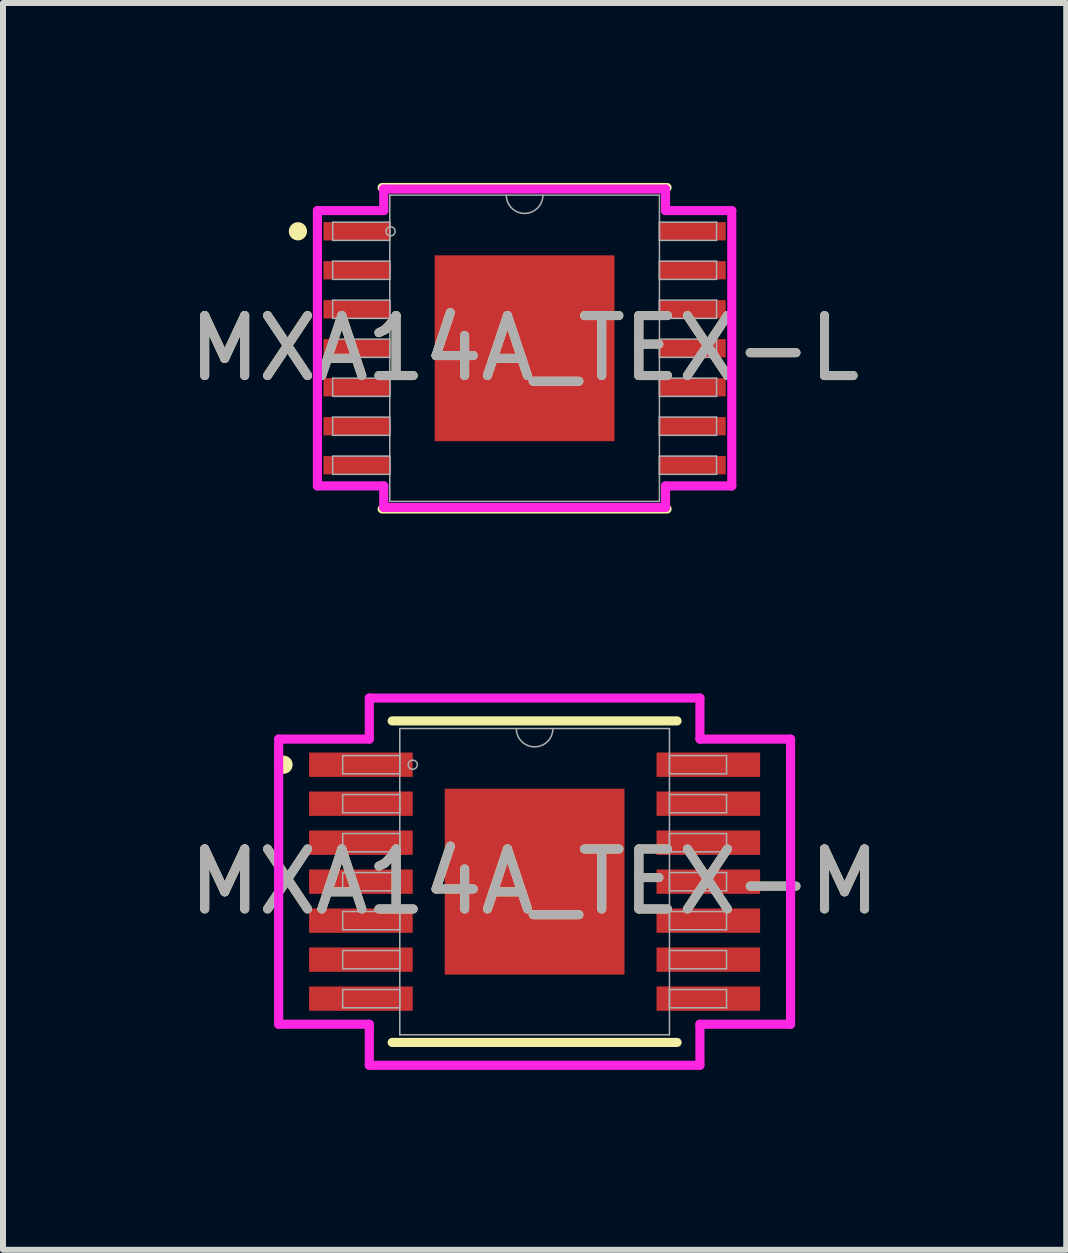
<source format=kicad_pcb>
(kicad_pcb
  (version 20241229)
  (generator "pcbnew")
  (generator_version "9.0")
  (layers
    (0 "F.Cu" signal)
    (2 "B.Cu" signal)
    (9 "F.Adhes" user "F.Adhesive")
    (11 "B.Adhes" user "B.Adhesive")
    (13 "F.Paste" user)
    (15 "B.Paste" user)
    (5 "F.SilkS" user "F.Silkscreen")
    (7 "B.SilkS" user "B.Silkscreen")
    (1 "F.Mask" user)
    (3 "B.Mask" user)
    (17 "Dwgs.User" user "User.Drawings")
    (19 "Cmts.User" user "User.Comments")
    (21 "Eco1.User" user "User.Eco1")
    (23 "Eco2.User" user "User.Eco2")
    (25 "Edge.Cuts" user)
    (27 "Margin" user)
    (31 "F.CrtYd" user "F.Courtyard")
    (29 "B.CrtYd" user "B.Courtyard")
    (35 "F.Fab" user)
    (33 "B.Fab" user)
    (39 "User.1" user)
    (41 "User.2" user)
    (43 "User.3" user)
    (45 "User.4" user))
  (footprint "MXA14A_TEX-L"
    (layer "F.Cu")
    (at 5.696 2.756)
    (property "Reference" "MXA14A_TEX-L" (at 0 0 0) (unlocked yes) (layer "F.SilkS") (effects (font (size 1 1) (thickness 0.15))))
    (attr smd)
    (fp_line (start -2.375 2.68) (end 2.375 2.68) (stroke (width 0.152) (type solid)) (layer "F.SilkS"))
    (fp_line (start 2.375 -2.68) (end -2.375 -2.68) (stroke (width 0.152) (type solid)) (layer "F.SilkS"))
    (fp_circle (center -3.779 -1.95) (end -3.703 -1.95) (stroke (width 0.152) (type solid)) (fill no) (layer "F.SilkS"))
    (fp_line (start -3.454 -2.295) (end -2.349 -2.295) (stroke (width 0.152) (type solid)) (layer "F.CrtYd"))
    (fp_line (start -3.454 2.295) (end -3.454 -2.295) (stroke (width 0.152) (type solid)) (layer "F.CrtYd"))
    (fp_line (start -3.454 2.295) (end -2.349 2.295) (stroke (width 0.152) (type solid)) (layer "F.CrtYd"))
    (fp_line (start -2.349 -2.654) (end 2.349 -2.654) (stroke (width 0.152) (type solid)) (layer "F.CrtYd"))
    (fp_line (start -2.349 -2.295) (end -2.349 -2.654) (stroke (width 0.152) (type solid)) (layer "F.CrtYd"))
    (fp_line (start -2.349 2.654) (end -2.349 2.295) (stroke (width 0.152) (type solid)) (layer "F.CrtYd"))
    (fp_line (start 2.349 -2.654) (end 2.349 -2.295) (stroke (width 0.152) (type solid)) (layer "F.CrtYd"))
    (fp_line (start 2.349 2.295) (end 2.349 2.654) (stroke (width 0.152) (type solid)) (layer "F.CrtYd"))
    (fp_line (start 2.349 2.654) (end -2.349 2.654) (stroke (width 0.152) (type solid)) (layer "F.CrtYd"))
    (fp_line (start 3.454 -2.295) (end 2.349 -2.295) (stroke (width 0.152) (type solid)) (layer "F.CrtYd"))
    (fp_line (start 3.454 -2.295) (end 3.454 2.295) (stroke (width 0.152) (type solid)) (layer "F.CrtYd"))
    (fp_line (start 3.454 2.295) (end 2.349 2.295) (stroke (width 0.152) (type solid)) (layer "F.CrtYd"))
    (fp_line (start -3.2 -2.102) (end -3.2 -1.798) (stroke (width 0.025) (type solid)) (layer "F.Fab"))
    (fp_line (start -3.2 -1.798) (end -2.248 -1.798) (stroke (width 0.025) (type solid)) (layer "F.Fab"))
    (fp_line (start -3.2 -1.452) (end -3.2 -1.148) (stroke (width 0.025) (type solid)) (layer "F.Fab"))
    (fp_line (start -3.2 -1.148) (end -2.248 -1.148) (stroke (width 0.025) (type solid)) (layer "F.Fab"))
    (fp_line (start -3.2 -0.802) (end -3.2 -0.498) (stroke (width 0.025) (type solid)) (layer "F.Fab"))
    (fp_line (start -3.2 -0.498) (end -2.248 -0.498) (stroke (width 0.025) (type solid)) (layer "F.Fab"))
    (fp_line (start -3.2 -0.152) (end -3.2 0.152) (stroke (width 0.025) (type solid)) (layer "F.Fab"))
    (fp_line (start -3.2 0.152) (end -2.248 0.152) (stroke (width 0.025) (type solid)) (layer "F.Fab"))
    (fp_line (start -3.2 0.498) (end -3.2 0.802) (stroke (width 0.025) (type solid)) (layer "F.Fab"))
    (fp_line (start -3.2 0.802) (end -2.248 0.802) (stroke (width 0.025) (type solid)) (layer "F.Fab"))
    (fp_line (start -3.2 1.148) (end -3.2 1.452) (stroke (width 0.025) (type solid)) (layer "F.Fab"))
    (fp_line (start -3.2 1.452) (end -2.248 1.452) (stroke (width 0.025) (type solid)) (layer "F.Fab"))
    (fp_line (start -3.2 1.798) (end -3.2 2.102) (stroke (width 0.025) (type solid)) (layer "F.Fab"))
    (fp_line (start -3.2 2.102) (end -2.248 2.102) (stroke (width 0.025) (type solid)) (layer "F.Fab"))
    (fp_line (start -2.248 -2.553) (end -2.248 2.553) (stroke (width 0.025) (type solid)) (layer "F.Fab"))
    (fp_line (start -2.248 -2.102) (end -3.2 -2.102) (stroke (width 0.025) (type solid)) (layer "F.Fab"))
    (fp_line (start -2.248 -1.798) (end -2.248 -2.102) (stroke (width 0.025) (type solid)) (layer "F.Fab"))
    (fp_line (start -2.248 -1.452) (end -3.2 -1.452) (stroke (width 0.025) (type solid)) (layer "F.Fab"))
    (fp_line (start -2.248 -1.148) (end -2.248 -1.452) (stroke (width 0.025) (type solid)) (layer "F.Fab"))
    (fp_line (start -2.248 -0.802) (end -3.2 -0.802) (stroke (width 0.025) (type solid)) (layer "F.Fab"))
    (fp_line (start -2.248 -0.498) (end -2.248 -0.802) (stroke (width 0.025) (type solid)) (layer "F.Fab"))
    (fp_line (start -2.248 -0.152) (end -3.2 -0.152) (stroke (width 0.025) (type solid)) (layer "F.Fab"))
    (fp_line (start -2.248 0.152) (end -2.248 -0.152) (stroke (width 0.025) (type solid)) (layer "F.Fab"))
    (fp_line (start -2.248 0.498) (end -3.2 0.498) (stroke (width 0.025) (type solid)) (layer "F.Fab"))
    (fp_line (start -2.248 0.802) (end -2.248 0.498) (stroke (width 0.025) (type solid)) (layer "F.Fab"))
    (fp_line (start -2.248 1.148) (end -3.2 1.148) (stroke (width 0.025) (type solid)) (layer "F.Fab"))
    (fp_line (start -2.248 1.452) (end -2.248 1.148) (stroke (width 0.025) (type solid)) (layer "F.Fab"))
    (fp_line (start -2.248 1.798) (end -3.2 1.798) (stroke (width 0.025) (type solid)) (layer "F.Fab"))
    (fp_line (start -2.248 2.102) (end -2.248 1.798) (stroke (width 0.025) (type solid)) (layer "F.Fab"))
    (fp_line (start -2.248 2.553) (end 2.248 2.553) (stroke (width 0.025) (type solid)) (layer "F.Fab"))
    (fp_line (start 2.248 -2.553) (end -2.248 -2.553) (stroke (width 0.025) (type solid)) (layer "F.Fab"))
    (fp_line (start 2.248 -2.102) (end 2.248 -1.798) (stroke (width 0.025) (type solid)) (layer "F.Fab"))
    (fp_line (start 2.248 -1.798) (end 3.2 -1.798) (stroke (width 0.025) (type solid)) (layer "F.Fab"))
    (fp_line (start 2.248 -1.452) (end 2.248 -1.148) (stroke (width 0.025) (type solid)) (layer "F.Fab"))
    (fp_line (start 2.248 -1.148) (end 3.2 -1.148) (stroke (width 0.025) (type solid)) (layer "F.Fab"))
    (fp_line (start 2.248 -0.802) (end 2.248 -0.498) (stroke (width 0.025) (type solid)) (layer "F.Fab"))
    (fp_line (start 2.248 -0.498) (end 3.2 -0.498) (stroke (width 0.025) (type solid)) (layer "F.Fab"))
    (fp_line (start 2.248 -0.152) (end 2.248 0.152) (stroke (width 0.025) (type solid)) (layer "F.Fab"))
    (fp_line (start 2.248 0.152) (end 3.2 0.152) (stroke (width 0.025) (type solid)) (layer "F.Fab"))
    (fp_line (start 2.248 0.498) (end 2.248 0.802) (stroke (width 0.025) (type solid)) (layer "F.Fab"))
    (fp_line (start 2.248 0.802) (end 3.2 0.802) (stroke (width 0.025) (type solid)) (layer "F.Fab"))
    (fp_line (start 2.248 1.148) (end 2.248 1.452) (stroke (width 0.025) (type solid)) (layer "F.Fab"))
    (fp_line (start 2.248 1.452) (end 3.2 1.452) (stroke (width 0.025) (type solid)) (layer "F.Fab"))
    (fp_line (start 2.248 1.798) (end 2.248 2.102) (stroke (width 0.025) (type solid)) (layer "F.Fab"))
    (fp_line (start 2.248 2.102) (end 3.2 2.102) (stroke (width 0.025) (type solid)) (layer "F.Fab"))
    (fp_line (start 2.248 2.553) (end 2.248 -2.553) (stroke (width 0.025) (type solid)) (layer "F.Fab"))
    (fp_line (start 3.2 -2.102) (end 2.248 -2.102) (stroke (width 0.025) (type solid)) (layer "F.Fab"))
    (fp_line (start 3.2 -1.798) (end 3.2 -2.102) (stroke (width 0.025) (type solid)) (layer "F.Fab"))
    (fp_line (start 3.2 -1.452) (end 2.248 -1.452) (stroke (width 0.025) (type solid)) (layer "F.Fab"))
    (fp_line (start 3.2 -1.148) (end 3.2 -1.452) (stroke (width 0.025) (type solid)) (layer "F.Fab"))
    (fp_line (start 3.2 -0.802) (end 2.248 -0.802) (stroke (width 0.025) (type solid)) (layer "F.Fab"))
    (fp_line (start 3.2 -0.498) (end 3.2 -0.802) (stroke (width 0.025) (type solid)) (layer "F.Fab"))
    (fp_line (start 3.2 -0.152) (end 2.248 -0.152) (stroke (width 0.025) (type solid)) (layer "F.Fab"))
    (fp_line (start 3.2 0.152) (end 3.2 -0.152) (stroke (width 0.025) (type solid)) (layer "F.Fab"))
    (fp_line (start 3.2 0.498) (end 2.248 0.498) (stroke (width 0.025) (type solid)) (layer "F.Fab"))
    (fp_line (start 3.2 0.802) (end 3.2 0.498) (stroke (width 0.025) (type solid)) (layer "F.Fab"))
    (fp_line (start 3.2 1.148) (end 2.248 1.148) (stroke (width 0.025) (type solid)) (layer "F.Fab"))
    (fp_line (start 3.2 1.452) (end 3.2 1.148) (stroke (width 0.025) (type solid)) (layer "F.Fab"))
    (fp_line (start 3.2 1.798) (end 2.248 1.798) (stroke (width 0.025) (type solid)) (layer "F.Fab"))
    (fp_line (start 3.2 2.102) (end 3.2 1.798) (stroke (width 0.025) (type solid)) (layer "F.Fab"))
    (fp_arc (start 0.3048 -2.5527) (mid 0 -2.2479) (end -0.3048 -2.5527) (stroke (width 0.0254) (type solid)) (layer "F.Fab"))
    (fp_circle (center -2.235 -1.95) (end -2.159 -1.95) (stroke (width 0.025) (type solid)) (fill no) (layer "F.Fab"))
    (fp_text user "${REFERENCE}" (at 0 0 0) (unlocked yes) (layer "F.Fab") (effects (font (size 1 1) (thickness 0.15))))
    (pad "1" smd rect (at -2.794 -1.95) (size 1.118 0.305) (layers "F.Cu" "F.Mask" "F.Paste"))
    (pad "2" smd rect (at -2.794 -1.3) (size 1.118 0.305) (layers "F.Cu" "F.Mask" "F.Paste"))
    (pad "3" smd rect (at -2.794 -0.65) (size 1.118 0.305) (layers "F.Cu" "F.Mask" "F.Paste"))
    (pad "4" smd rect (at -2.794 0) (size 1.118 0.305) (layers "F.Cu" "F.Mask" "F.Paste"))
    (pad "5" smd rect (at -2.794 0.65) (size 1.118 0.305) (layers "F.Cu" "F.Mask" "F.Paste"))
    (pad "6" smd rect (at -2.794 1.3) (size 1.118 0.305) (layers "F.Cu" "F.Mask" "F.Paste"))
    (pad "7" smd rect (at -2.794 1.95) (size 1.118 0.305) (layers "F.Cu" "F.Mask" "F.Paste"))
    (pad "8" smd rect (at 2.794 1.95) (size 1.118 0.305) (layers "F.Cu" "F.Mask" "F.Paste"))
    (pad "9" smd rect (at 2.794 1.3) (size 1.118 0.305) (layers "F.Cu" "F.Mask" "F.Paste"))
    (pad "10" smd rect (at 2.794 0.65) (size 1.118 0.305) (layers "F.Cu" "F.Mask" "F.Paste"))
    (pad "11" smd rect (at 2.794 0) (size 1.118 0.305) (layers "F.Cu" "F.Mask" "F.Paste"))
    (pad "12" smd rect (at 2.794 -0.65) (size 1.118 0.305) (layers "F.Cu" "F.Mask" "F.Paste"))
    (pad "13" smd rect (at 2.794 -1.3) (size 1.118 0.305) (layers "F.Cu" "F.Mask" "F.Paste"))
    (pad "14" smd rect (at 2.794 -1.95) (size 1.118 0.305) (layers "F.Cu" "F.Mask" "F.Paste"))
    (pad "15" smd rect (at 0 0) (size 2.997 3.099) (layers "F.Cu" "F.Mask" "F.Paste")))
  (footprint "MXA14A_TEX-M"
    (layer "F.Cu")
    (at 5.863 11.649)
    (property "Reference" "MXA14A_TEX-M" (at 0 0 0) (unlocked yes) (layer "F.SilkS") (effects (font (size 1 1) (thickness 0.15))))
    (attr smd)
    (fp_line (start -2.375 2.68) (end 2.375 2.68) (stroke (width 0.152) (type solid)) (layer "F.SilkS"))
    (fp_line (start 2.375 -2.68) (end -2.375 -2.68) (stroke (width 0.152) (type solid)) (layer "F.SilkS"))
    (fp_circle (center -4.186 -1.95) (end -4.11 -1.95) (stroke (width 0.152) (type solid)) (fill no) (layer "F.SilkS"))
    (fp_line (start -4.267 -2.377) (end -2.756 -2.377) (stroke (width 0.152) (type solid)) (layer "F.CrtYd"))
    (fp_line (start -4.267 2.377) (end -4.267 -2.377) (stroke (width 0.152) (type solid)) (layer "F.CrtYd"))
    (fp_line (start -4.267 2.377) (end -2.756 2.377) (stroke (width 0.152) (type solid)) (layer "F.CrtYd"))
    (fp_line (start -2.756 -3.061) (end 2.756 -3.061) (stroke (width 0.152) (type solid)) (layer "F.CrtYd"))
    (fp_line (start -2.756 -2.377) (end -2.756 -3.061) (stroke (width 0.152) (type solid)) (layer "F.CrtYd"))
    (fp_line (start -2.756 3.061) (end -2.756 2.377) (stroke (width 0.152) (type solid)) (layer "F.CrtYd"))
    (fp_line (start 2.756 -3.061) (end 2.756 -2.377) (stroke (width 0.152) (type solid)) (layer "F.CrtYd"))
    (fp_line (start 2.756 2.377) (end 2.756 3.061) (stroke (width 0.152) (type solid)) (layer "F.CrtYd"))
    (fp_line (start 2.756 3.061) (end -2.756 3.061) (stroke (width 0.152) (type solid)) (layer "F.CrtYd"))
    (fp_line (start 4.267 -2.377) (end 2.756 -2.377) (stroke (width 0.152) (type solid)) (layer "F.CrtYd"))
    (fp_line (start 4.267 -2.377) (end 4.267 2.377) (stroke (width 0.152) (type solid)) (layer "F.CrtYd"))
    (fp_line (start 4.267 2.377) (end 2.756 2.377) (stroke (width 0.152) (type solid)) (layer "F.CrtYd"))
    (fp_line (start -3.2 -2.102) (end -3.2 -1.798) (stroke (width 0.025) (type solid)) (layer "F.Fab"))
    (fp_line (start -3.2 -1.798) (end -2.248 -1.798) (stroke (width 0.025) (type solid)) (layer "F.Fab"))
    (fp_line (start -3.2 -1.452) (end -3.2 -1.148) (stroke (width 0.025) (type solid)) (layer "F.Fab"))
    (fp_line (start -3.2 -1.148) (end -2.248 -1.148) (stroke (width 0.025) (type solid)) (layer "F.Fab"))
    (fp_line (start -3.2 -0.802) (end -3.2 -0.498) (stroke (width 0.025) (type solid)) (layer "F.Fab"))
    (fp_line (start -3.2 -0.498) (end -2.248 -0.498) (stroke (width 0.025) (type solid)) (layer "F.Fab"))
    (fp_line (start -3.2 -0.152) (end -3.2 0.152) (stroke (width 0.025) (type solid)) (layer "F.Fab"))
    (fp_line (start -3.2 0.152) (end -2.248 0.152) (stroke (width 0.025) (type solid)) (layer "F.Fab"))
    (fp_line (start -3.2 0.498) (end -3.2 0.802) (stroke (width 0.025) (type solid)) (layer "F.Fab"))
    (fp_line (start -3.2 0.802) (end -2.248 0.802) (stroke (width 0.025) (type solid)) (layer "F.Fab"))
    (fp_line (start -3.2 1.148) (end -3.2 1.452) (stroke (width 0.025) (type solid)) (layer "F.Fab"))
    (fp_line (start -3.2 1.452) (end -2.248 1.452) (stroke (width 0.025) (type solid)) (layer "F.Fab"))
    (fp_line (start -3.2 1.798) (end -3.2 2.102) (stroke (width 0.025) (type solid)) (layer "F.Fab"))
    (fp_line (start -3.2 2.102) (end -2.248 2.102) (stroke (width 0.025) (type solid)) (layer "F.Fab"))
    (fp_line (start -2.248 -2.553) (end -2.248 2.553) (stroke (width 0.025) (type solid)) (layer "F.Fab"))
    (fp_line (start -2.248 -2.102) (end -3.2 -2.102) (stroke (width 0.025) (type solid)) (layer "F.Fab"))
    (fp_line (start -2.248 -1.798) (end -2.248 -2.102) (stroke (width 0.025) (type solid)) (layer "F.Fab"))
    (fp_line (start -2.248 -1.452) (end -3.2 -1.452) (stroke (width 0.025) (type solid)) (layer "F.Fab"))
    (fp_line (start -2.248 -1.148) (end -2.248 -1.452) (stroke (width 0.025) (type solid)) (layer "F.Fab"))
    (fp_line (start -2.248 -0.802) (end -3.2 -0.802) (stroke (width 0.025) (type solid)) (layer "F.Fab"))
    (fp_line (start -2.248 -0.498) (end -2.248 -0.802) (stroke (width 0.025) (type solid)) (layer "F.Fab"))
    (fp_line (start -2.248 -0.152) (end -3.2 -0.152) (stroke (width 0.025) (type solid)) (layer "F.Fab"))
    (fp_line (start -2.248 0.152) (end -2.248 -0.152) (stroke (width 0.025) (type solid)) (layer "F.Fab"))
    (fp_line (start -2.248 0.498) (end -3.2 0.498) (stroke (width 0.025) (type solid)) (layer "F.Fab"))
    (fp_line (start -2.248 0.802) (end -2.248 0.498) (stroke (width 0.025) (type solid)) (layer "F.Fab"))
    (fp_line (start -2.248 1.148) (end -3.2 1.148) (stroke (width 0.025) (type solid)) (layer "F.Fab"))
    (fp_line (start -2.248 1.452) (end -2.248 1.148) (stroke (width 0.025) (type solid)) (layer "F.Fab"))
    (fp_line (start -2.248 1.798) (end -3.2 1.798) (stroke (width 0.025) (type solid)) (layer "F.Fab"))
    (fp_line (start -2.248 2.102) (end -2.248 1.798) (stroke (width 0.025) (type solid)) (layer "F.Fab"))
    (fp_line (start -2.248 2.553) (end 2.248 2.553) (stroke (width 0.025) (type solid)) (layer "F.Fab"))
    (fp_line (start 2.248 -2.553) (end -2.248 -2.553) (stroke (width 0.025) (type solid)) (layer "F.Fab"))
    (fp_line (start 2.248 -2.102) (end 2.248 -1.798) (stroke (width 0.025) (type solid)) (layer "F.Fab"))
    (fp_line (start 2.248 -1.798) (end 3.2 -1.798) (stroke (width 0.025) (type solid)) (layer "F.Fab"))
    (fp_line (start 2.248 -1.452) (end 2.248 -1.148) (stroke (width 0.025) (type solid)) (layer "F.Fab"))
    (fp_line (start 2.248 -1.148) (end 3.2 -1.148) (stroke (width 0.025) (type solid)) (layer "F.Fab"))
    (fp_line (start 2.248 -0.802) (end 2.248 -0.498) (stroke (width 0.025) (type solid)) (layer "F.Fab"))
    (fp_line (start 2.248 -0.498) (end 3.2 -0.498) (stroke (width 0.025) (type solid)) (layer "F.Fab"))
    (fp_line (start 2.248 -0.152) (end 2.248 0.152) (stroke (width 0.025) (type solid)) (layer "F.Fab"))
    (fp_line (start 2.248 0.152) (end 3.2 0.152) (stroke (width 0.025) (type solid)) (layer "F.Fab"))
    (fp_line (start 2.248 0.498) (end 2.248 0.802) (stroke (width 0.025) (type solid)) (layer "F.Fab"))
    (fp_line (start 2.248 0.802) (end 3.2 0.802) (stroke (width 0.025) (type solid)) (layer "F.Fab"))
    (fp_line (start 2.248 1.148) (end 2.248 1.452) (stroke (width 0.025) (type solid)) (layer "F.Fab"))
    (fp_line (start 2.248 1.452) (end 3.2 1.452) (stroke (width 0.025) (type solid)) (layer "F.Fab"))
    (fp_line (start 2.248 1.798) (end 2.248 2.102) (stroke (width 0.025) (type solid)) (layer "F.Fab"))
    (fp_line (start 2.248 2.102) (end 3.2 2.102) (stroke (width 0.025) (type solid)) (layer "F.Fab"))
    (fp_line (start 2.248 2.553) (end 2.248 -2.553) (stroke (width 0.025) (type solid)) (layer "F.Fab"))
    (fp_line (start 3.2 -2.102) (end 2.248 -2.102) (stroke (width 0.025) (type solid)) (layer "F.Fab"))
    (fp_line (start 3.2 -1.798) (end 3.2 -2.102) (stroke (width 0.025) (type solid)) (layer "F.Fab"))
    (fp_line (start 3.2 -1.452) (end 2.248 -1.452) (stroke (width 0.025) (type solid)) (layer "F.Fab"))
    (fp_line (start 3.2 -1.148) (end 3.2 -1.452) (stroke (width 0.025) (type solid)) (layer "F.Fab"))
    (fp_line (start 3.2 -0.802) (end 2.248 -0.802) (stroke (width 0.025) (type solid)) (layer "F.Fab"))
    (fp_line (start 3.2 -0.498) (end 3.2 -0.802) (stroke (width 0.025) (type solid)) (layer "F.Fab"))
    (fp_line (start 3.2 -0.152) (end 2.248 -0.152) (stroke (width 0.025) (type solid)) (layer "F.Fab"))
    (fp_line (start 3.2 0.152) (end 3.2 -0.152) (stroke (width 0.025) (type solid)) (layer "F.Fab"))
    (fp_line (start 3.2 0.498) (end 2.248 0.498) (stroke (width 0.025) (type solid)) (layer "F.Fab"))
    (fp_line (start 3.2 0.802) (end 3.2 0.498) (stroke (width 0.025) (type solid)) (layer "F.Fab"))
    (fp_line (start 3.2 1.148) (end 2.248 1.148) (stroke (width 0.025) (type solid)) (layer "F.Fab"))
    (fp_line (start 3.2 1.452) (end 3.2 1.148) (stroke (width 0.025) (type solid)) (layer "F.Fab"))
    (fp_line (start 3.2 1.798) (end 2.248 1.798) (stroke (width 0.025) (type solid)) (layer "F.Fab"))
    (fp_line (start 3.2 2.102) (end 3.2 1.798) (stroke (width 0.025) (type solid)) (layer "F.Fab"))
    (fp_arc (start 0.3048 -2.5527) (mid 0 -2.2479) (end -0.3048 -2.5527) (stroke (width 0.0254) (type solid)) (layer "F.Fab"))
    (fp_circle (center -2.032 -1.95) (end -1.956 -1.95) (stroke (width 0.025) (type solid)) (fill no) (layer "F.Fab"))
    (fp_text user "${REFERENCE}" (at 0 0 0) (unlocked yes) (layer "F.Fab") (effects (font (size 1 1) (thickness 0.15))))
    (pad "1" smd rect (at -2.896 -1.95) (size 1.727 0.406) (layers "F.Cu" "F.Mask" "F.Paste"))
    (pad "2" smd rect (at -2.896 -1.3) (size 1.727 0.406) (layers "F.Cu" "F.Mask" "F.Paste"))
    (pad "3" smd rect (at -2.896 -0.65) (size 1.727 0.406) (layers "F.Cu" "F.Mask" "F.Paste"))
    (pad "4" smd rect (at -2.896 0) (size 1.727 0.406) (layers "F.Cu" "F.Mask" "F.Paste"))
    (pad "5" smd rect (at -2.896 0.65) (size 1.727 0.406) (layers "F.Cu" "F.Mask" "F.Paste"))
    (pad "6" smd rect (at -2.896 1.3) (size 1.727 0.406) (layers "F.Cu" "F.Mask" "F.Paste"))
    (pad "7" smd rect (at -2.896 1.95) (size 1.727 0.406) (layers "F.Cu" "F.Mask" "F.Paste"))
    (pad "8" smd rect (at 2.896 1.95) (size 1.727 0.406) (layers "F.Cu" "F.Mask" "F.Paste"))
    (pad "9" smd rect (at 2.896 1.3) (size 1.727 0.406) (layers "F.Cu" "F.Mask" "F.Paste"))
    (pad "10" smd rect (at 2.896 0.65) (size 1.727 0.406) (layers "F.Cu" "F.Mask" "F.Paste"))
    (pad "11" smd rect (at 2.896 0) (size 1.727 0.406) (layers "F.Cu" "F.Mask" "F.Paste"))
    (pad "12" smd rect (at 2.896 -0.65) (size 1.727 0.406) (layers "F.Cu" "F.Mask" "F.Paste"))
    (pad "13" smd rect (at 2.896 -1.3) (size 1.727 0.406) (layers "F.Cu" "F.Mask" "F.Paste"))
    (pad "14" smd rect (at 2.896 -1.95) (size 1.727 0.406) (layers "F.Cu" "F.Mask" "F.Paste"))
    (pad "15" smd rect (at 0 0) (size 2.997 3.099) (layers "F.Cu" "F.Mask" "F.Paste")))
  (gr_rect
    (start -3 -3)
    (end 14.726 17.786)
    (stroke (width 0.1) (type default))
    (fill no)
    (layer "Edge.Cuts")))
</source>
